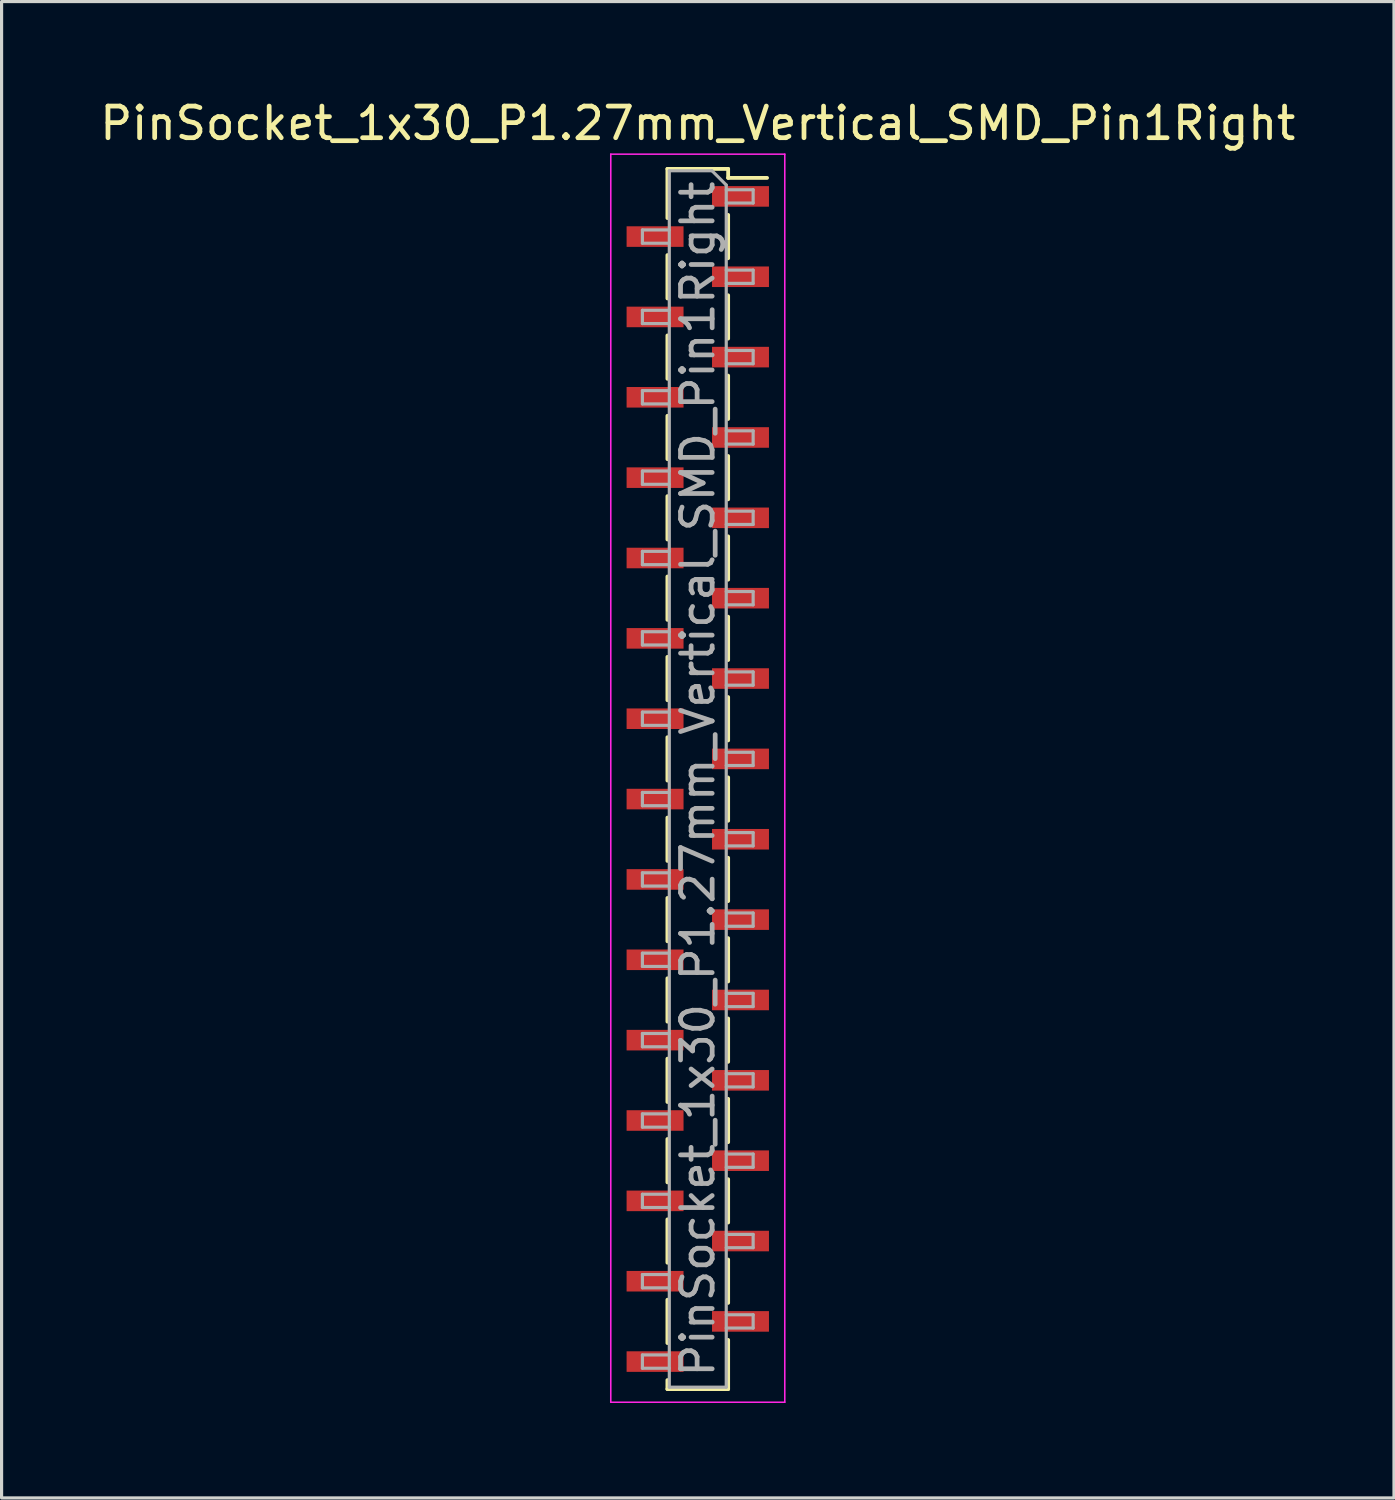
<source format=kicad_pcb>
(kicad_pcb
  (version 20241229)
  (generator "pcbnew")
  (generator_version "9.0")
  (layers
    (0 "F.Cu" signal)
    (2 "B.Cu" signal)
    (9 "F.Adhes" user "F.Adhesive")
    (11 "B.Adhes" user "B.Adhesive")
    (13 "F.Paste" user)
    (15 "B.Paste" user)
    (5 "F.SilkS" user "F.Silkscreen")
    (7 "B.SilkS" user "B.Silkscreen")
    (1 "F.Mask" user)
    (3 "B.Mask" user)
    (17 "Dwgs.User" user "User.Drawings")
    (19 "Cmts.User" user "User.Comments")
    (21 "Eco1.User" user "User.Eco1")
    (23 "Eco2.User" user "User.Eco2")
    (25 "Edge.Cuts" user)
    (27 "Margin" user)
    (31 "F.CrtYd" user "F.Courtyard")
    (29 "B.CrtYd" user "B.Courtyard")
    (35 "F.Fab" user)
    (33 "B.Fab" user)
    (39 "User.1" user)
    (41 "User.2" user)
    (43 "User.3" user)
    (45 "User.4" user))
  (footprint "PinSocket_1x30_P1.27mm_Vertical_SMD_Pin1Right"
    (layer "F.Cu")
    (at 19.006 21.573)
    (property "Reference" "PinSocket_1x30_P1.27mm_Vertical_SMD_Pin1Right" (at 0 -20.725 0) (layer "F.SilkS") (effects (font (size 1 1) (thickness 0.15))))
    (attr smd)
    (fp_line (start -0.96 -19.285) (end -0.96 -17.73) (stroke (width 0.12) (type solid)) (layer "F.SilkS"))
    (fp_line (start -0.96 -19.285) (end 0.96 -19.285) (stroke (width 0.12) (type solid)) (layer "F.SilkS"))
    (fp_line (start -0.96 -16.56) (end -0.96 -15.19) (stroke (width 0.12) (type solid)) (layer "F.SilkS"))
    (fp_line (start -0.96 -14.02) (end -0.96 -12.65) (stroke (width 0.12) (type solid)) (layer "F.SilkS"))
    (fp_line (start -0.96 -11.48) (end -0.96 -10.11) (stroke (width 0.12) (type solid)) (layer "F.SilkS"))
    (fp_line (start -0.96 -8.94) (end -0.96 -7.57) (stroke (width 0.12) (type solid)) (layer "F.SilkS"))
    (fp_line (start -0.96 -6.4) (end -0.96 -5.03) (stroke (width 0.12) (type solid)) (layer "F.SilkS"))
    (fp_line (start -0.96 -3.86) (end -0.96 -2.49) (stroke (width 0.12) (type solid)) (layer "F.SilkS"))
    (fp_line (start -0.96 -1.32) (end -0.96 0.05) (stroke (width 0.12) (type solid)) (layer "F.SilkS"))
    (fp_line (start -0.96 1.22) (end -0.96 2.59) (stroke (width 0.12) (type solid)) (layer "F.SilkS"))
    (fp_line (start -0.96 3.76) (end -0.96 5.13) (stroke (width 0.12) (type solid)) (layer "F.SilkS"))
    (fp_line (start -0.96 6.3) (end -0.96 7.67) (stroke (width 0.12) (type solid)) (layer "F.SilkS"))
    (fp_line (start -0.96 8.84) (end -0.96 10.21) (stroke (width 0.12) (type solid)) (layer "F.SilkS"))
    (fp_line (start -0.96 11.38) (end -0.96 12.75) (stroke (width 0.12) (type solid)) (layer "F.SilkS"))
    (fp_line (start -0.96 13.92) (end -0.96 15.29) (stroke (width 0.12) (type solid)) (layer "F.SilkS"))
    (fp_line (start -0.96 16.46) (end -0.96 17.83) (stroke (width 0.12) (type solid)) (layer "F.SilkS"))
    (fp_line (start -0.96 19) (end -0.96 19.285) (stroke (width 0.12) (type solid)) (layer "F.SilkS"))
    (fp_line (start -0.96 19.285) (end 0.96 19.285) (stroke (width 0.12) (type solid)) (layer "F.SilkS"))
    (fp_line (start 0.96 -19.285) (end 0.96 -19) (stroke (width 0.12) (type solid)) (layer "F.SilkS"))
    (fp_line (start 0.96 -19) (end 2.19 -19) (stroke (width 0.12) (type solid)) (layer "F.SilkS"))
    (fp_line (start 0.96 -17.83) (end 0.96 -16.46) (stroke (width 0.12) (type solid)) (layer "F.SilkS"))
    (fp_line (start 0.96 -15.29) (end 0.96 -13.92) (stroke (width 0.12) (type solid)) (layer "F.SilkS"))
    (fp_line (start 0.96 -12.75) (end 0.96 -11.38) (stroke (width 0.12) (type solid)) (layer "F.SilkS"))
    (fp_line (start 0.96 -10.21) (end 0.96 -8.84) (stroke (width 0.12) (type solid)) (layer "F.SilkS"))
    (fp_line (start 0.96 -7.67) (end 0.96 -6.3) (stroke (width 0.12) (type solid)) (layer "F.SilkS"))
    (fp_line (start 0.96 -5.13) (end 0.96 -3.76) (stroke (width 0.12) (type solid)) (layer "F.SilkS"))
    (fp_line (start 0.96 -2.59) (end 0.96 -1.22) (stroke (width 0.12) (type solid)) (layer "F.SilkS"))
    (fp_line (start 0.96 -0.05) (end 0.96 1.32) (stroke (width 0.12) (type solid)) (layer "F.SilkS"))
    (fp_line (start 0.96 2.49) (end 0.96 3.86) (stroke (width 0.12) (type solid)) (layer "F.SilkS"))
    (fp_line (start 0.96 5.03) (end 0.96 6.4) (stroke (width 0.12) (type solid)) (layer "F.SilkS"))
    (fp_line (start 0.96 7.57) (end 0.96 8.94) (stroke (width 0.12) (type solid)) (layer "F.SilkS"))
    (fp_line (start 0.96 10.11) (end 0.96 11.48) (stroke (width 0.12) (type solid)) (layer "F.SilkS"))
    (fp_line (start 0.96 12.65) (end 0.96 14.02) (stroke (width 0.12) (type solid)) (layer "F.SilkS"))
    (fp_line (start 0.96 15.19) (end 0.96 16.56) (stroke (width 0.12) (type solid)) (layer "F.SilkS"))
    (fp_line (start 0.96 17.73) (end 0.96 19.285) (stroke (width 0.12) (type solid)) (layer "F.SilkS"))
    (fp_line (start -2.75 -19.75) (end 2.75 -19.75) (stroke (width 0.05) (type solid)) (layer "F.CrtYd"))
    (fp_line (start -2.75 19.7) (end -2.75 -19.75) (stroke (width 0.05) (type solid)) (layer "F.CrtYd"))
    (fp_line (start 2.75 -19.75) (end 2.75 19.7) (stroke (width 0.05) (type solid)) (layer "F.CrtYd"))
    (fp_line (start 2.75 19.7) (end -2.75 19.7) (stroke (width 0.05) (type solid)) (layer "F.CrtYd"))
    (fp_line (start -1.75 -17.355) (end -0.9 -17.355) (stroke (width 0.1) (type solid)) (layer "F.Fab"))
    (fp_line (start -1.75 -16.935) (end -1.75 -17.355) (stroke (width 0.1) (type solid)) (layer "F.Fab"))
    (fp_line (start -1.75 -14.815) (end -0.9 -14.815) (stroke (width 0.1) (type solid)) (layer "F.Fab"))
    (fp_line (start -1.75 -14.395) (end -1.75 -14.815) (stroke (width 0.1) (type solid)) (layer "F.Fab"))
    (fp_line (start -1.75 -12.275) (end -0.9 -12.275) (stroke (width 0.1) (type solid)) (layer "F.Fab"))
    (fp_line (start -1.75 -11.855) (end -1.75 -12.275) (stroke (width 0.1) (type solid)) (layer "F.Fab"))
    (fp_line (start -1.75 -9.735) (end -0.9 -9.735) (stroke (width 0.1) (type solid)) (layer "F.Fab"))
    (fp_line (start -1.75 -9.315) (end -1.75 -9.735) (stroke (width 0.1) (type solid)) (layer "F.Fab"))
    (fp_line (start -1.75 -7.195) (end -0.9 -7.195) (stroke (width 0.1) (type solid)) (layer "F.Fab"))
    (fp_line (start -1.75 -6.775) (end -1.75 -7.195) (stroke (width 0.1) (type solid)) (layer "F.Fab"))
    (fp_line (start -1.75 -4.655) (end -0.9 -4.655) (stroke (width 0.1) (type solid)) (layer "F.Fab"))
    (fp_line (start -1.75 -4.235) (end -1.75 -4.655) (stroke (width 0.1) (type solid)) (layer "F.Fab"))
    (fp_line (start -1.75 -2.115) (end -0.9 -2.115) (stroke (width 0.1) (type solid)) (layer "F.Fab"))
    (fp_line (start -1.75 -1.695) (end -1.75 -2.115) (stroke (width 0.1) (type solid)) (layer "F.Fab"))
    (fp_line (start -1.75 0.425) (end -0.9 0.425) (stroke (width 0.1) (type solid)) (layer "F.Fab"))
    (fp_line (start -1.75 0.845) (end -1.75 0.425) (stroke (width 0.1) (type solid)) (layer "F.Fab"))
    (fp_line (start -1.75 2.965) (end -0.9 2.965) (stroke (width 0.1) (type solid)) (layer "F.Fab"))
    (fp_line (start -1.75 3.385) (end -1.75 2.965) (stroke (width 0.1) (type solid)) (layer "F.Fab"))
    (fp_line (start -1.75 5.505) (end -0.9 5.505) (stroke (width 0.1) (type solid)) (layer "F.Fab"))
    (fp_line (start -1.75 5.925) (end -1.75 5.505) (stroke (width 0.1) (type solid)) (layer "F.Fab"))
    (fp_line (start -1.75 8.045) (end -0.9 8.045) (stroke (width 0.1) (type solid)) (layer "F.Fab"))
    (fp_line (start -1.75 8.465) (end -1.75 8.045) (stroke (width 0.1) (type solid)) (layer "F.Fab"))
    (fp_line (start -1.75 10.585) (end -0.9 10.585) (stroke (width 0.1) (type solid)) (layer "F.Fab"))
    (fp_line (start -1.75 11.005) (end -1.75 10.585) (stroke (width 0.1) (type solid)) (layer "F.Fab"))
    (fp_line (start -1.75 13.125) (end -0.9 13.125) (stroke (width 0.1) (type solid)) (layer "F.Fab"))
    (fp_line (start -1.75 13.545) (end -1.75 13.125) (stroke (width 0.1) (type solid)) (layer "F.Fab"))
    (fp_line (start -1.75 15.665) (end -0.9 15.665) (stroke (width 0.1) (type solid)) (layer "F.Fab"))
    (fp_line (start -1.75 16.085) (end -1.75 15.665) (stroke (width 0.1) (type solid)) (layer "F.Fab"))
    (fp_line (start -1.75 18.205) (end -0.9 18.205) (stroke (width 0.1) (type solid)) (layer "F.Fab"))
    (fp_line (start -1.75 18.625) (end -1.75 18.205) (stroke (width 0.1) (type solid)) (layer "F.Fab"))
    (fp_line (start -0.9 -19.225) (end 0.45 -19.225) (stroke (width 0.1) (type solid)) (layer "F.Fab"))
    (fp_line (start -0.9 -16.935) (end -1.75 -16.935) (stroke (width 0.1) (type solid)) (layer "F.Fab"))
    (fp_line (start -0.9 -14.395) (end -1.75 -14.395) (stroke (width 0.1) (type solid)) (layer "F.Fab"))
    (fp_line (start -0.9 -11.855) (end -1.75 -11.855) (stroke (width 0.1) (type solid)) (layer "F.Fab"))
    (fp_line (start -0.9 -9.315) (end -1.75 -9.315) (stroke (width 0.1) (type solid)) (layer "F.Fab"))
    (fp_line (start -0.9 -6.775) (end -1.75 -6.775) (stroke (width 0.1) (type solid)) (layer "F.Fab"))
    (fp_line (start -0.9 -4.235) (end -1.75 -4.235) (stroke (width 0.1) (type solid)) (layer "F.Fab"))
    (fp_line (start -0.9 -1.695) (end -1.75 -1.695) (stroke (width 0.1) (type solid)) (layer "F.Fab"))
    (fp_line (start -0.9 0.845) (end -1.75 0.845) (stroke (width 0.1) (type solid)) (layer "F.Fab"))
    (fp_line (start -0.9 3.385) (end -1.75 3.385) (stroke (width 0.1) (type solid)) (layer "F.Fab"))
    (fp_line (start -0.9 5.925) (end -1.75 5.925) (stroke (width 0.1) (type solid)) (layer "F.Fab"))
    (fp_line (start -0.9 8.465) (end -1.75 8.465) (stroke (width 0.1) (type solid)) (layer "F.Fab"))
    (fp_line (start -0.9 11.005) (end -1.75 11.005) (stroke (width 0.1) (type solid)) (layer "F.Fab"))
    (fp_line (start -0.9 13.545) (end -1.75 13.545) (stroke (width 0.1) (type solid)) (layer "F.Fab"))
    (fp_line (start -0.9 16.085) (end -1.75 16.085) (stroke (width 0.1) (type solid)) (layer "F.Fab"))
    (fp_line (start -0.9 18.625) (end -1.75 18.625) (stroke (width 0.1) (type solid)) (layer "F.Fab"))
    (fp_line (start -0.9 19.225) (end -0.9 -19.225) (stroke (width 0.1) (type solid)) (layer "F.Fab"))
    (fp_line (start 0.45 -19.225) (end 0.9 -18.775) (stroke (width 0.1) (type solid)) (layer "F.Fab"))
    (fp_line (start 0.9 -18.775) (end 0.9 19.225) (stroke (width 0.1) (type solid)) (layer "F.Fab"))
    (fp_line (start 0.9 -18.625) (end 1.75 -18.625) (stroke (width 0.1) (type solid)) (layer "F.Fab"))
    (fp_line (start 0.9 -16.085) (end 1.75 -16.085) (stroke (width 0.1) (type solid)) (layer "F.Fab"))
    (fp_line (start 0.9 -13.545) (end 1.75 -13.545) (stroke (width 0.1) (type solid)) (layer "F.Fab"))
    (fp_line (start 0.9 -11.005) (end 1.75 -11.005) (stroke (width 0.1) (type solid)) (layer "F.Fab"))
    (fp_line (start 0.9 -8.465) (end 1.75 -8.465) (stroke (width 0.1) (type solid)) (layer "F.Fab"))
    (fp_line (start 0.9 -5.925) (end 1.75 -5.925) (stroke (width 0.1) (type solid)) (layer "F.Fab"))
    (fp_line (start 0.9 -3.385) (end 1.75 -3.385) (stroke (width 0.1) (type solid)) (layer "F.Fab"))
    (fp_line (start 0.9 -0.845) (end 1.75 -0.845) (stroke (width 0.1) (type solid)) (layer "F.Fab"))
    (fp_line (start 0.9 1.695) (end 1.75 1.695) (stroke (width 0.1) (type solid)) (layer "F.Fab"))
    (fp_line (start 0.9 4.235) (end 1.75 4.235) (stroke (width 0.1) (type solid)) (layer "F.Fab"))
    (fp_line (start 0.9 6.775) (end 1.75 6.775) (stroke (width 0.1) (type solid)) (layer "F.Fab"))
    (fp_line (start 0.9 9.315) (end 1.75 9.315) (stroke (width 0.1) (type solid)) (layer "F.Fab"))
    (fp_line (start 0.9 11.855) (end 1.75 11.855) (stroke (width 0.1) (type solid)) (layer "F.Fab"))
    (fp_line (start 0.9 14.395) (end 1.75 14.395) (stroke (width 0.1) (type solid)) (layer "F.Fab"))
    (fp_line (start 0.9 16.935) (end 1.75 16.935) (stroke (width 0.1) (type solid)) (layer "F.Fab"))
    (fp_line (start 0.9 19.225) (end -0.9 19.225) (stroke (width 0.1) (type solid)) (layer "F.Fab"))
    (fp_line (start 1.75 -18.625) (end 1.75 -18.205) (stroke (width 0.1) (type solid)) (layer "F.Fab"))
    (fp_line (start 1.75 -18.205) (end 0.9 -18.205) (stroke (width 0.1) (type solid)) (layer "F.Fab"))
    (fp_line (start 1.75 -16.085) (end 1.75 -15.665) (stroke (width 0.1) (type solid)) (layer "F.Fab"))
    (fp_line (start 1.75 -15.665) (end 0.9 -15.665) (stroke (width 0.1) (type solid)) (layer "F.Fab"))
    (fp_line (start 1.75 -13.545) (end 1.75 -13.125) (stroke (width 0.1) (type solid)) (layer "F.Fab"))
    (fp_line (start 1.75 -13.125) (end 0.9 -13.125) (stroke (width 0.1) (type solid)) (layer "F.Fab"))
    (fp_line (start 1.75 -11.005) (end 1.75 -10.585) (stroke (width 0.1) (type solid)) (layer "F.Fab"))
    (fp_line (start 1.75 -10.585) (end 0.9 -10.585) (stroke (width 0.1) (type solid)) (layer "F.Fab"))
    (fp_line (start 1.75 -8.465) (end 1.75 -8.045) (stroke (width 0.1) (type solid)) (layer "F.Fab"))
    (fp_line (start 1.75 -8.045) (end 0.9 -8.045) (stroke (width 0.1) (type solid)) (layer "F.Fab"))
    (fp_line (start 1.75 -5.925) (end 1.75 -5.505) (stroke (width 0.1) (type solid)) (layer "F.Fab"))
    (fp_line (start 1.75 -5.505) (end 0.9 -5.505) (stroke (width 0.1) (type solid)) (layer "F.Fab"))
    (fp_line (start 1.75 -3.385) (end 1.75 -2.965) (stroke (width 0.1) (type solid)) (layer "F.Fab"))
    (fp_line (start 1.75 -2.965) (end 0.9 -2.965) (stroke (width 0.1) (type solid)) (layer "F.Fab"))
    (fp_line (start 1.75 -0.845) (end 1.75 -0.425) (stroke (width 0.1) (type solid)) (layer "F.Fab"))
    (fp_line (start 1.75 -0.425) (end 0.9 -0.425) (stroke (width 0.1) (type solid)) (layer "F.Fab"))
    (fp_line (start 1.75 1.695) (end 1.75 2.115) (stroke (width 0.1) (type solid)) (layer "F.Fab"))
    (fp_line (start 1.75 2.115) (end 0.9 2.115) (stroke (width 0.1) (type solid)) (layer "F.Fab"))
    (fp_line (start 1.75 4.235) (end 1.75 4.655) (stroke (width 0.1) (type solid)) (layer "F.Fab"))
    (fp_line (start 1.75 4.655) (end 0.9 4.655) (stroke (width 0.1) (type solid)) (layer "F.Fab"))
    (fp_line (start 1.75 6.775) (end 1.75 7.195) (stroke (width 0.1) (type solid)) (layer "F.Fab"))
    (fp_line (start 1.75 7.195) (end 0.9 7.195) (stroke (width 0.1) (type solid)) (layer "F.Fab"))
    (fp_line (start 1.75 9.315) (end 1.75 9.735) (stroke (width 0.1) (type solid)) (layer "F.Fab"))
    (fp_line (start 1.75 9.735) (end 0.9 9.735) (stroke (width 0.1) (type solid)) (layer "F.Fab"))
    (fp_line (start 1.75 11.855) (end 1.75 12.275) (stroke (width 0.1) (type solid)) (layer "F.Fab"))
    (fp_line (start 1.75 12.275) (end 0.9 12.275) (stroke (width 0.1) (type solid)) (layer "F.Fab"))
    (fp_line (start 1.75 14.395) (end 1.75 14.815) (stroke (width 0.1) (type solid)) (layer "F.Fab"))
    (fp_line (start 1.75 14.815) (end 0.9 14.815) (stroke (width 0.1) (type solid)) (layer "F.Fab"))
    (fp_line (start 1.75 16.935) (end 1.75 17.355) (stroke (width 0.1) (type solid)) (layer "F.Fab"))
    (fp_line (start 1.75 17.355) (end 0.9 17.355) (stroke (width 0.1) (type solid)) (layer "F.Fab"))
    (fp_text user "${REFERENCE}" (at 0 0 90) (layer "F.Fab") (effects (font (size 1 1) (thickness 0.15))))
    (pad "1" smd rect (at 1.35 -18.415) (size 1.8 0.65) (layers "F.Cu" "F.Mask" "F.Paste"))
    (pad "2" smd rect (at -1.35 -17.145) (size 1.8 0.65) (layers "F.Cu" "F.Mask" "F.Paste"))
    (pad "3" smd rect (at 1.35 -15.875) (size 1.8 0.65) (layers "F.Cu" "F.Mask" "F.Paste"))
    (pad "4" smd rect (at -1.35 -14.605) (size 1.8 0.65) (layers "F.Cu" "F.Mask" "F.Paste"))
    (pad "5" smd rect (at 1.35 -13.335) (size 1.8 0.65) (layers "F.Cu" "F.Mask" "F.Paste"))
    (pad "6" smd rect (at -1.35 -12.065) (size 1.8 0.65) (layers "F.Cu" "F.Mask" "F.Paste"))
    (pad "7" smd rect (at 1.35 -10.795) (size 1.8 0.65) (layers "F.Cu" "F.Mask" "F.Paste"))
    (pad "8" smd rect (at -1.35 -9.525) (size 1.8 0.65) (layers "F.Cu" "F.Mask" "F.Paste"))
    (pad "9" smd rect (at 1.35 -8.255) (size 1.8 0.65) (layers "F.Cu" "F.Mask" "F.Paste"))
    (pad "10" smd rect (at -1.35 -6.985) (size 1.8 0.65) (layers "F.Cu" "F.Mask" "F.Paste"))
    (pad "11" smd rect (at 1.35 -5.715) (size 1.8 0.65) (layers "F.Cu" "F.Mask" "F.Paste"))
    (pad "12" smd rect (at -1.35 -4.445) (size 1.8 0.65) (layers "F.Cu" "F.Mask" "F.Paste"))
    (pad "13" smd rect (at 1.35 -3.175) (size 1.8 0.65) (layers "F.Cu" "F.Mask" "F.Paste"))
    (pad "14" smd rect (at -1.35 -1.905) (size 1.8 0.65) (layers "F.Cu" "F.Mask" "F.Paste"))
    (pad "15" smd rect (at 1.35 -0.635) (size 1.8 0.65) (layers "F.Cu" "F.Mask" "F.Paste"))
    (pad "16" smd rect (at -1.35 0.635) (size 1.8 0.65) (layers "F.Cu" "F.Mask" "F.Paste"))
    (pad "17" smd rect (at 1.35 1.905) (size 1.8 0.65) (layers "F.Cu" "F.Mask" "F.Paste"))
    (pad "18" smd rect (at -1.35 3.175) (size 1.8 0.65) (layers "F.Cu" "F.Mask" "F.Paste"))
    (pad "19" smd rect (at 1.35 4.445) (size 1.8 0.65) (layers "F.Cu" "F.Mask" "F.Paste"))
    (pad "20" smd rect (at -1.35 5.715) (size 1.8 0.65) (layers "F.Cu" "F.Mask" "F.Paste"))
    (pad "21" smd rect (at 1.35 6.985) (size 1.8 0.65) (layers "F.Cu" "F.Mask" "F.Paste"))
    (pad "22" smd rect (at -1.35 8.255) (size 1.8 0.65) (layers "F.Cu" "F.Mask" "F.Paste"))
    (pad "23" smd rect (at 1.35 9.525) (size 1.8 0.65) (layers "F.Cu" "F.Mask" "F.Paste"))
    (pad "24" smd rect (at -1.35 10.795) (size 1.8 0.65) (layers "F.Cu" "F.Mask" "F.Paste"))
    (pad "25" smd rect (at 1.35 12.065) (size 1.8 0.65) (layers "F.Cu" "F.Mask" "F.Paste"))
    (pad "26" smd rect (at -1.35 13.335) (size 1.8 0.65) (layers "F.Cu" "F.Mask" "F.Paste"))
    (pad "27" smd rect (at 1.35 14.605) (size 1.8 0.65) (layers "F.Cu" "F.Mask" "F.Paste"))
    (pad "28" smd rect (at -1.35 15.875) (size 1.8 0.65) (layers "F.Cu" "F.Mask" "F.Paste"))
    (pad "29" smd rect (at 1.35 17.145) (size 1.8 0.65) (layers "F.Cu" "F.Mask" "F.Paste"))
    (pad "30" smd rect (at -1.35 18.415) (size 1.8 0.65) (layers "F.Cu" "F.Mask" "F.Paste")))
  (gr_rect
    (start -3 -3)
    (end 41.012 44.298)
    (stroke (width 0.1) (type default))
    (fill no)
    (layer "Edge.Cuts")))
</source>
